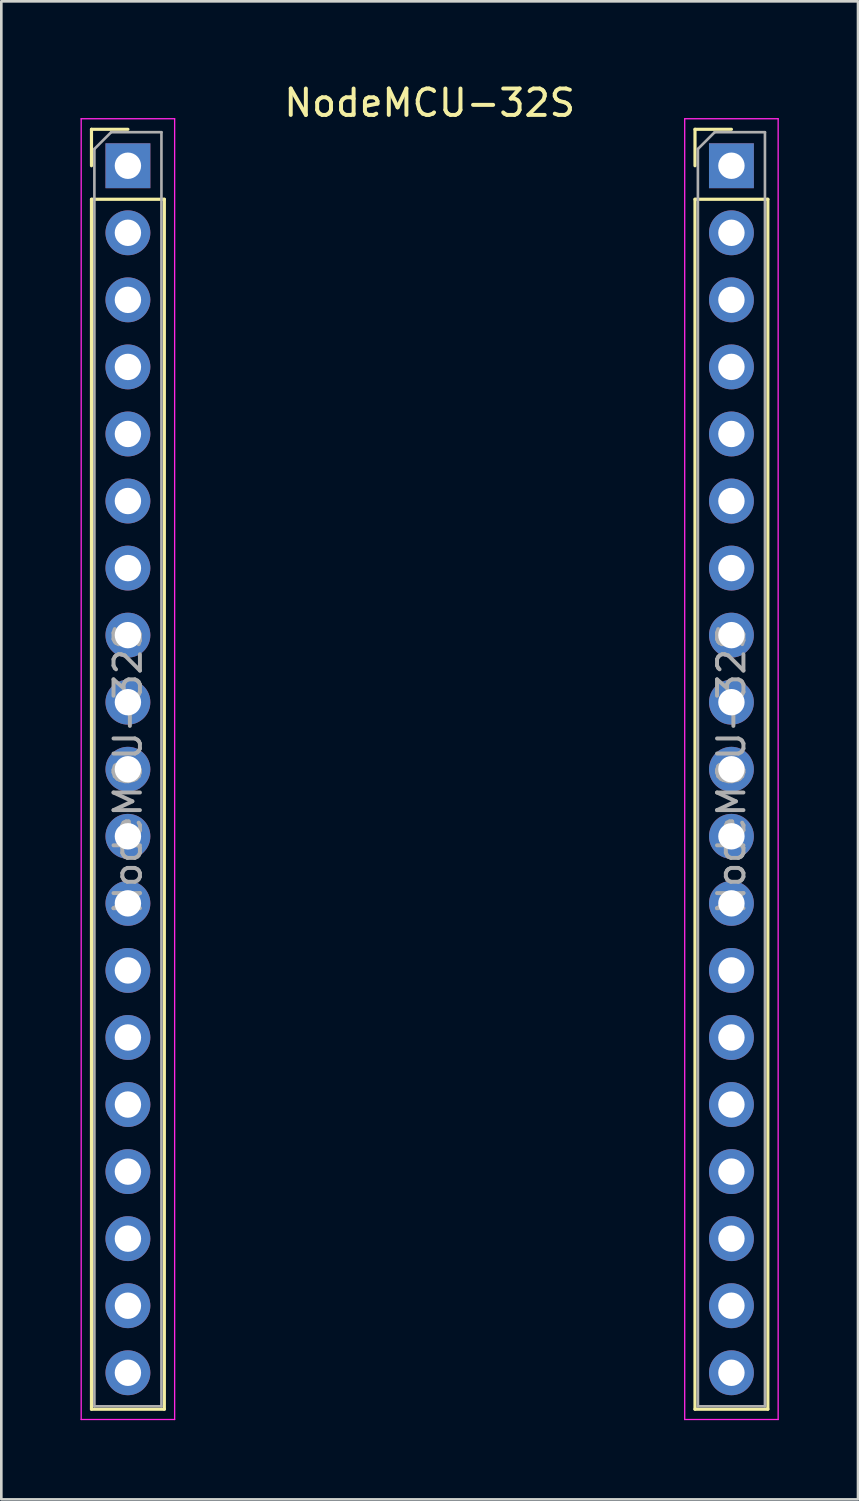
<source format=kicad_pcb>
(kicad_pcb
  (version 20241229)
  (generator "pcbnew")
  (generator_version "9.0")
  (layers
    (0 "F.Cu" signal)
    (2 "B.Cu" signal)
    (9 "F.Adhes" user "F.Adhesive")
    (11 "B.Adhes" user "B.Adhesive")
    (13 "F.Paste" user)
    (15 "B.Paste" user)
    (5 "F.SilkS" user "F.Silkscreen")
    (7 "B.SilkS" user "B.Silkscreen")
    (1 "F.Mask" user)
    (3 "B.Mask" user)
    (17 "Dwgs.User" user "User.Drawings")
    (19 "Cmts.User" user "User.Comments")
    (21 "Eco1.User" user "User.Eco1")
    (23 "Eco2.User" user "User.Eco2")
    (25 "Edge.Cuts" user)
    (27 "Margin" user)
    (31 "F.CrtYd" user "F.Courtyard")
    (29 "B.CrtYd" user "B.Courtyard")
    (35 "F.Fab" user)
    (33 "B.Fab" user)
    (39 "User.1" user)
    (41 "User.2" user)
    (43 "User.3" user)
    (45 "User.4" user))
  (footprint "NodeMCU-32S"
    (layer "F.Cu")
    (at 13.225 1.448)
    (property "Reference" "NodeMCU-32S" (at 0 -0.6 0) (layer "F.SilkS") (effects (font (size 1 1) (thickness 0.15))))
    (attr through_hole)
    (fp_line (start -12.81 0.4) (end -11.43 0.4) (stroke (width 0.12) (type solid)) (layer "F.SilkS"))
    (fp_line (start -12.81 1.78) (end -12.81 0.4) (stroke (width 0.12) (type solid)) (layer "F.SilkS"))
    (fp_line (start -12.81 3.05) (end -12.81 48.88) (stroke (width 0.12) (type solid)) (layer "F.SilkS"))
    (fp_line (start -12.81 3.05) (end -10.05 3.05) (stroke (width 0.12) (type solid)) (layer "F.SilkS"))
    (fp_line (start -12.81 48.88) (end -10.05 48.88) (stroke (width 0.12) (type solid)) (layer "F.SilkS"))
    (fp_line (start -10.05 3.05) (end -10.05 48.88) (stroke (width 0.12) (type solid)) (layer "F.SilkS"))
    (fp_line (start 10.05 0.4) (end 11.43 0.4) (stroke (width 0.12) (type solid)) (layer "F.SilkS"))
    (fp_line (start 10.05 1.78) (end 10.05 0.4) (stroke (width 0.12) (type solid)) (layer "F.SilkS"))
    (fp_line (start 10.05 3.05) (end 10.05 48.88) (stroke (width 0.12) (type solid)) (layer "F.SilkS"))
    (fp_line (start 10.05 3.05) (end 12.81 3.05) (stroke (width 0.12) (type solid)) (layer "F.SilkS"))
    (fp_line (start 10.05 48.88) (end 12.81 48.88) (stroke (width 0.12) (type solid)) (layer "F.SilkS"))
    (fp_line (start 12.81 3.05) (end 12.81 48.88) (stroke (width 0.12) (type solid)) (layer "F.SilkS"))
    (fp_line (start -13.2 0) (end -13.2 49.27) (stroke (width 0.05) (type solid)) (layer "F.CrtYd"))
    (fp_line (start -13.2 49.27) (end -9.66 49.27) (stroke (width 0.05) (type solid)) (layer "F.CrtYd"))
    (fp_line (start -9.66 0) (end -13.2 0) (stroke (width 0.05) (type solid)) (layer "F.CrtYd"))
    (fp_line (start -9.66 49.27) (end -9.66 0) (stroke (width 0.05) (type solid)) (layer "F.CrtYd"))
    (fp_line (start 9.66 0) (end 9.66 49.27) (stroke (width 0.05) (type solid)) (layer "F.CrtYd"))
    (fp_line (start 9.66 49.27) (end 13.2 49.27) (stroke (width 0.05) (type solid)) (layer "F.CrtYd"))
    (fp_line (start 13.2 0) (end 9.66 0) (stroke (width 0.05) (type solid)) (layer "F.CrtYd"))
    (fp_line (start 13.2 49.27) (end 13.2 0) (stroke (width 0.05) (type solid)) (layer "F.CrtYd"))
    (fp_line (start -12.7 1.145) (end -12.065 0.51) (stroke (width 0.1) (type solid)) (layer "F.Fab"))
    (fp_line (start -12.7 48.77) (end -12.7 1.145) (stroke (width 0.1) (type solid)) (layer "F.Fab"))
    (fp_line (start -12.065 0.51) (end -10.16 0.51) (stroke (width 0.1) (type solid)) (layer "F.Fab"))
    (fp_line (start -10.16 0.51) (end -10.16 48.77) (stroke (width 0.1) (type solid)) (layer "F.Fab"))
    (fp_line (start -10.16 48.77) (end -12.7 48.77) (stroke (width 0.1) (type solid)) (layer "F.Fab"))
    (fp_line (start 10.16 1.145) (end 10.795 0.51) (stroke (width 0.1) (type solid)) (layer "F.Fab"))
    (fp_line (start 10.16 48.77) (end 10.16 1.145) (stroke (width 0.1) (type solid)) (layer "F.Fab"))
    (fp_line (start 10.795 0.51) (end 12.7 0.51) (stroke (width 0.1) (type solid)) (layer "F.Fab"))
    (fp_line (start 12.7 0.51) (end 12.7 48.77) (stroke (width 0.1) (type solid)) (layer "F.Fab"))
    (fp_line (start 12.7 48.77) (end 10.16 48.77) (stroke (width 0.1) (type solid)) (layer "F.Fab"))
    (fp_text user "${REFERENCE}" (at 11.43 24.64 90) (layer "F.Fab") (effects (font (size 1 1) (thickness 0.15))))
    (fp_text user "${REFERENCE}" (at -11.43 24.64 90) (layer "F.Fab") (effects (font (size 1 1) (thickness 0.15))))
    (pad "1" thru_hole rect (at -11.43 1.78) (size 1.7 1.7) (drill 1) (layers "*.Cu" "*.Mask"))
    (pad "2" thru_hole circle (at -11.43 4.32) (size 1.7 1.7) (drill 1) (layers "*.Cu" "*.Mask"))
    (pad "3" thru_hole circle (at -11.43 6.86) (size 1.7 1.7) (drill 1) (layers "*.Cu" "*.Mask"))
    (pad "4" thru_hole circle (at -11.43 9.4) (size 1.7 1.7) (drill 1) (layers "*.Cu" "*.Mask"))
    (pad "5" thru_hole circle (at -11.43 11.94) (size 1.7 1.7) (drill 1) (layers "*.Cu" "*.Mask"))
    (pad "6" thru_hole circle (at -11.43 14.48) (size 1.7 1.7) (drill 1) (layers "*.Cu" "*.Mask"))
    (pad "7" thru_hole circle (at -11.43 17.02) (size 1.7 1.7) (drill 1) (layers "*.Cu" "*.Mask"))
    (pad "8" thru_hole circle (at -11.43 19.56) (size 1.7 1.7) (drill 1) (layers "*.Cu" "*.Mask"))
    (pad "9" thru_hole circle (at -11.43 22.1) (size 1.7 1.7) (drill 1) (layers "*.Cu" "*.Mask"))
    (pad "10" thru_hole circle (at -11.43 24.64) (size 1.7 1.7) (drill 1) (layers "*.Cu" "*.Mask"))
    (pad "11" thru_hole circle (at -11.43 27.18) (size 1.7 1.7) (drill 1) (layers "*.Cu" "*.Mask"))
    (pad "12" thru_hole circle (at -11.43 29.72) (size 1.7 1.7) (drill 1) (layers "*.Cu" "*.Mask"))
    (pad "13" thru_hole circle (at -11.43 32.26) (size 1.7 1.7) (drill 1) (layers "*.Cu" "*.Mask"))
    (pad "14" thru_hole circle (at -11.43 34.8) (size 1.7 1.7) (drill 1) (layers "*.Cu" "*.Mask"))
    (pad "15" thru_hole circle (at -11.43 37.34) (size 1.7 1.7) (drill 1) (layers "*.Cu" "*.Mask"))
    (pad "16" thru_hole circle (at -11.43 39.88) (size 1.7 1.7) (drill 1) (layers "*.Cu" "*.Mask"))
    (pad "17" thru_hole circle (at -11.43 42.42) (size 1.7 1.7) (drill 1) (layers "*.Cu" "*.Mask"))
    (pad "18" thru_hole circle (at -11.43 44.96) (size 1.7 1.7) (drill 1) (layers "*.Cu" "*.Mask"))
    (pad "19" thru_hole circle (at -11.43 47.5) (size 1.7 1.7) (drill 1) (layers "*.Cu" "*.Mask"))
    (pad "20" thru_hole circle (at 11.43 47.5) (size 1.7 1.7) (drill 1) (layers "*.Cu" "*.Mask"))
    (pad "21" thru_hole circle (at 11.43 44.96) (size 1.7 1.7) (drill 1) (layers "*.Cu" "*.Mask"))
    (pad "22" thru_hole circle (at 11.43 42.42) (size 1.7 1.7) (drill 1) (layers "*.Cu" "*.Mask"))
    (pad "23" thru_hole circle (at 11.43 39.88) (size 1.7 1.7) (drill 1) (layers "*.Cu" "*.Mask"))
    (pad "24" thru_hole circle (at 11.43 37.34) (size 1.7 1.7) (drill 1) (layers "*.Cu" "*.Mask"))
    (pad "25" thru_hole circle (at 11.43 34.8) (size 1.7 1.7) (drill 1) (layers "*.Cu" "*.Mask"))
    (pad "26" thru_hole circle (at 11.43 32.26) (size 1.7 1.7) (drill 1) (layers "*.Cu" "*.Mask"))
    (pad "27" thru_hole circle (at 11.43 29.72) (size 1.7 1.7) (drill 1) (layers "*.Cu" "*.Mask"))
    (pad "28" thru_hole circle (at 11.43 27.18) (size 1.7 1.7) (drill 1) (layers "*.Cu" "*.Mask"))
    (pad "29" thru_hole circle (at 11.43 24.64) (size 1.7 1.7) (drill 1) (layers "*.Cu" "*.Mask"))
    (pad "30" thru_hole circle (at 11.43 22.1) (size 1.7 1.7) (drill 1) (layers "*.Cu" "*.Mask"))
    (pad "31" thru_hole circle (at 11.43 19.56) (size 1.7 1.7) (drill 1) (layers "*.Cu" "*.Mask"))
    (pad "32" thru_hole circle (at 11.43 17.02) (size 1.7 1.7) (drill 1) (layers "*.Cu" "*.Mask"))
    (pad "33" thru_hole circle (at 11.43 14.48) (size 1.7 1.7) (drill 1) (layers "*.Cu" "*.Mask"))
    (pad "34" thru_hole circle (at 11.43 11.94) (size 1.7 1.7) (drill 1) (layers "*.Cu" "*.Mask"))
    (pad "35" thru_hole circle (at 11.43 9.4) (size 1.7 1.7) (drill 1) (layers "*.Cu" "*.Mask"))
    (pad "36" thru_hole circle (at 11.43 6.86) (size 1.7 1.7) (drill 1) (layers "*.Cu" "*.Mask"))
    (pad "37" thru_hole circle (at 11.43 4.32) (size 1.7 1.7) (drill 1) (layers "*.Cu" "*.Mask"))
    (pad "38" thru_hole rect (at 11.43 1.78) (size 1.7 1.7) (drill 1) (layers "*.Cu" "*.Mask")))
  (gr_rect
    (start -3 -3)
    (end 29.45 53.743)
    (stroke (width 0.1) (type default))
    (fill no)
    (layer "Edge.Cuts")))
</source>
